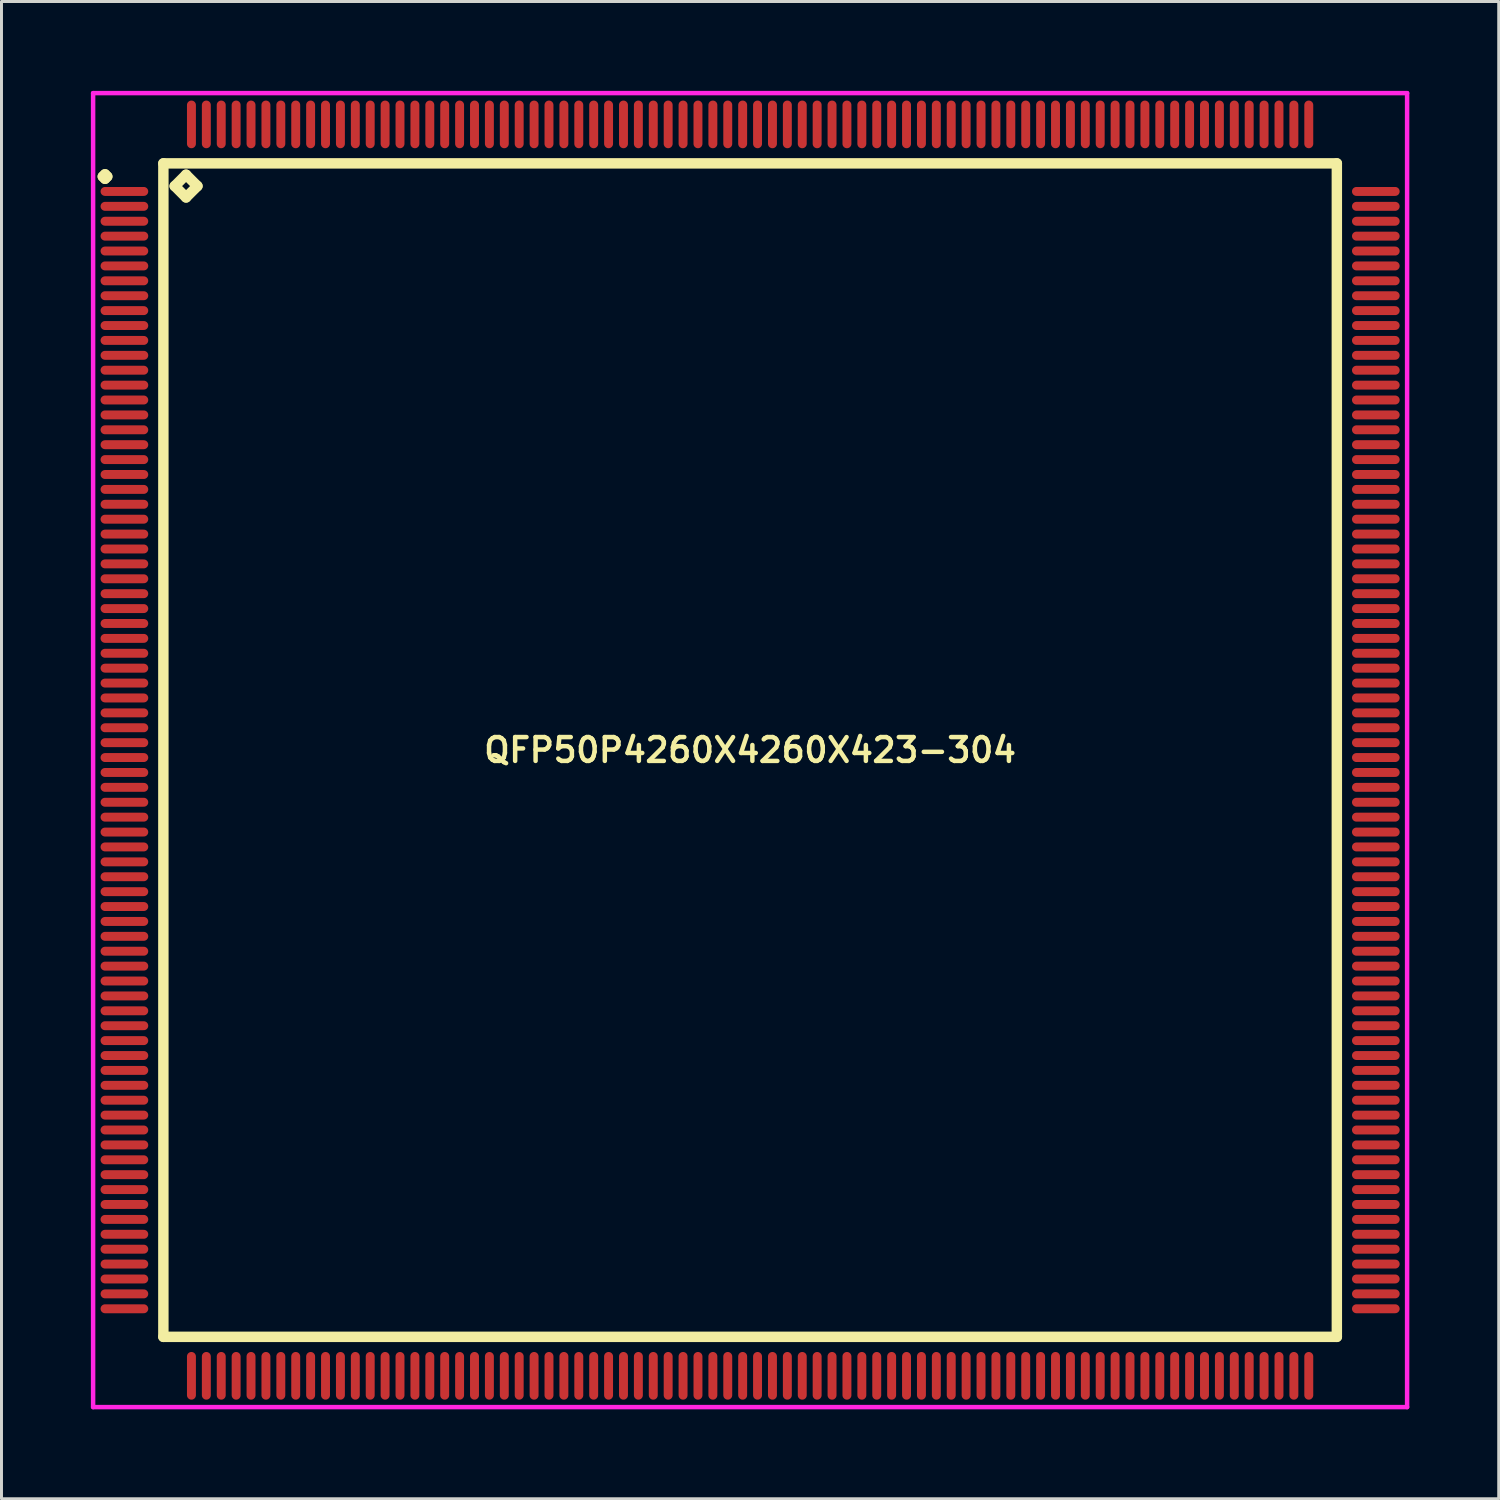
<source format=kicad_pcb>
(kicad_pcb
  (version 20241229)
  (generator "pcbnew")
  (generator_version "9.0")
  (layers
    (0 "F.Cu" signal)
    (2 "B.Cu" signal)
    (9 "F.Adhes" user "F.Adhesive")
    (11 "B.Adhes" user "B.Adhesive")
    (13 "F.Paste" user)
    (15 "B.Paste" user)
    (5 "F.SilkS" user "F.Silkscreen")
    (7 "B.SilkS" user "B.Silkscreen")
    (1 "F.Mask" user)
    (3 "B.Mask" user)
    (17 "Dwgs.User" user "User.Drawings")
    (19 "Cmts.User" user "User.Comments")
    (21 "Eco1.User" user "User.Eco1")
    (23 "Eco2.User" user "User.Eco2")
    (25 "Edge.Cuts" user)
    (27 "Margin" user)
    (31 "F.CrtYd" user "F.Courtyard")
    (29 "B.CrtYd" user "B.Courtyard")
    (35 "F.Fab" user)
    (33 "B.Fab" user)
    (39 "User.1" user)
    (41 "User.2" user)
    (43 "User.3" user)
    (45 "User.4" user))
  (footprint "QFP50P4260X4260X423-304"
    (layer "F.Cu")
    (at 22.125 22.125)
    (property "Reference" "QFP50P4260X4260X423-304" (at 0 0 0) (layer "F.SilkS") (effects (font (size 0.8 0.8) (thickness 0.15))))
    (attr through_hole)
    (fp_line (start -21.725 -19.25) (end -21.65 -19.325) (stroke (width 0.35) (type solid)) (layer "F.SilkS"))
    (fp_line (start -21.65 -19.325) (end -21.575 -19.25) (stroke (width 0.35) (type solid)) (layer "F.SilkS"))
    (fp_line (start -21.65 -19.175) (end -21.725 -19.25) (stroke (width 0.35) (type solid)) (layer "F.SilkS"))
    (fp_line (start -21.575 -19.25) (end -21.65 -19.175) (stroke (width 0.35) (type solid)) (layer "F.SilkS"))
    (fp_line (start -19.692 -19.692) (end -19.692 19.692) (stroke (width 0.35) (type solid)) (layer "F.SilkS"))
    (fp_line (start -19.692 19.692) (end 19.692 19.692) (stroke (width 0.35) (type solid)) (layer "F.SilkS"))
    (fp_line (start -19.311 -18.93) (end -18.93 -19.311) (stroke (width 0.35) (type solid)) (layer "F.SilkS"))
    (fp_line (start -18.93 -19.311) (end -18.549 -18.93) (stroke (width 0.35) (type solid)) (layer "F.SilkS"))
    (fp_line (start -18.93 -18.549) (end -19.311 -18.93) (stroke (width 0.35) (type solid)) (layer "F.SilkS"))
    (fp_line (start -18.549 -18.93) (end -18.93 -18.549) (stroke (width 0.35) (type solid)) (layer "F.SilkS"))
    (fp_line (start 19.692 -19.692) (end -19.692 -19.692) (stroke (width 0.35) (type solid)) (layer "F.SilkS"))
    (fp_line (start 19.692 19.692) (end 19.692 -19.692) (stroke (width 0.35) (type solid)) (layer "F.SilkS"))
    (fp_line (start -22.05 -22.05) (end 22.05 -22.05) (stroke (width 0.15) (type solid)) (layer "F.CrtYd"))
    (fp_line (start -22.05 22.05) (end -22.05 -22.05) (stroke (width 0.15) (type solid)) (layer "F.CrtYd"))
    (fp_line (start 22.05 -22.05) (end 22.05 22.05) (stroke (width 0.15) (type solid)) (layer "F.CrtYd"))
    (fp_line (start 22.05 22.05) (end -22.05 22.05) (stroke (width 0.15) (type solid)) (layer "F.CrtYd"))
    (pad "1" smd oval (at -21 -18.75) (size 1.6 0.3) (layers "F.Cu" "F.Mask" "F.Paste"))
    (pad "2" smd oval (at -21 -18.25) (size 1.6 0.3) (layers "F.Cu" "F.Mask" "F.Paste"))
    (pad "3" smd oval (at -21 -17.75) (size 1.6 0.3) (layers "F.Cu" "F.Mask" "F.Paste"))
    (pad "4" smd oval (at -21 -17.25) (size 1.6 0.3) (layers "F.Cu" "F.Mask" "F.Paste"))
    (pad "5" smd oval (at -21 -16.75) (size 1.6 0.3) (layers "F.Cu" "F.Mask" "F.Paste"))
    (pad "6" smd oval (at -21 -16.25) (size 1.6 0.3) (layers "F.Cu" "F.Mask" "F.Paste"))
    (pad "7" smd oval (at -21 -15.75) (size 1.6 0.3) (layers "F.Cu" "F.Mask" "F.Paste"))
    (pad "8" smd oval (at -21 -15.25) (size 1.6 0.3) (layers "F.Cu" "F.Mask" "F.Paste"))
    (pad "9" smd oval (at -21 -14.75) (size 1.6 0.3) (layers "F.Cu" "F.Mask" "F.Paste"))
    (pad "10" smd oval (at -21 -14.25) (size 1.6 0.3) (layers "F.Cu" "F.Mask" "F.Paste"))
    (pad "11" smd oval (at -21 -13.75) (size 1.6 0.3) (layers "F.Cu" "F.Mask" "F.Paste"))
    (pad "12" smd oval (at -21 -13.25) (size 1.6 0.3) (layers "F.Cu" "F.Mask" "F.Paste"))
    (pad "13" smd oval (at -21 -12.75) (size 1.6 0.3) (layers "F.Cu" "F.Mask" "F.Paste"))
    (pad "14" smd oval (at -21 -12.25) (size 1.6 0.3) (layers "F.Cu" "F.Mask" "F.Paste"))
    (pad "15" smd oval (at -21 -11.75) (size 1.6 0.3) (layers "F.Cu" "F.Mask" "F.Paste"))
    (pad "16" smd oval (at -21 -11.25) (size 1.6 0.3) (layers "F.Cu" "F.Mask" "F.Paste"))
    (pad "17" smd oval (at -21 -10.75) (size 1.6 0.3) (layers "F.Cu" "F.Mask" "F.Paste"))
    (pad "18" smd oval (at -21 -10.25) (size 1.6 0.3) (layers "F.Cu" "F.Mask" "F.Paste"))
    (pad "19" smd oval (at -21 -9.75) (size 1.6 0.3) (layers "F.Cu" "F.Mask" "F.Paste"))
    (pad "20" smd oval (at -21 -9.25) (size 1.6 0.3) (layers "F.Cu" "F.Mask" "F.Paste"))
    (pad "21" smd oval (at -21 -8.75) (size 1.6 0.3) (layers "F.Cu" "F.Mask" "F.Paste"))
    (pad "22" smd oval (at -21 -8.25) (size 1.6 0.3) (layers "F.Cu" "F.Mask" "F.Paste"))
    (pad "23" smd oval (at -21 -7.75) (size 1.6 0.3) (layers "F.Cu" "F.Mask" "F.Paste"))
    (pad "24" smd oval (at -21 -7.25) (size 1.6 0.3) (layers "F.Cu" "F.Mask" "F.Paste"))
    (pad "25" smd oval (at -21 -6.75) (size 1.6 0.3) (layers "F.Cu" "F.Mask" "F.Paste"))
    (pad "26" smd oval (at -21 -6.25) (size 1.6 0.3) (layers "F.Cu" "F.Mask" "F.Paste"))
    (pad "27" smd oval (at -21 -5.75) (size 1.6 0.3) (layers "F.Cu" "F.Mask" "F.Paste"))
    (pad "28" smd oval (at -21 -5.25) (size 1.6 0.3) (layers "F.Cu" "F.Mask" "F.Paste"))
    (pad "29" smd oval (at -21 -4.75) (size 1.6 0.3) (layers "F.Cu" "F.Mask" "F.Paste"))
    (pad "30" smd oval (at -21 -4.25) (size 1.6 0.3) (layers "F.Cu" "F.Mask" "F.Paste"))
    (pad "31" smd oval (at -21 -3.75) (size 1.6 0.3) (layers "F.Cu" "F.Mask" "F.Paste"))
    (pad "32" smd oval (at -21 -3.25) (size 1.6 0.3) (layers "F.Cu" "F.Mask" "F.Paste"))
    (pad "33" smd oval (at -21 -2.75) (size 1.6 0.3) (layers "F.Cu" "F.Mask" "F.Paste"))
    (pad "34" smd oval (at -21 -2.25) (size 1.6 0.3) (layers "F.Cu" "F.Mask" "F.Paste"))
    (pad "35" smd oval (at -21 -1.75) (size 1.6 0.3) (layers "F.Cu" "F.Mask" "F.Paste"))
    (pad "36" smd oval (at -21 -1.25) (size 1.6 0.3) (layers "F.Cu" "F.Mask" "F.Paste"))
    (pad "37" smd oval (at -21 -0.75) (size 1.6 0.3) (layers "F.Cu" "F.Mask" "F.Paste"))
    (pad "38" smd oval (at -21 -0.25) (size 1.6 0.3) (layers "F.Cu" "F.Mask" "F.Paste"))
    (pad "39" smd oval (at -21 0.25) (size 1.6 0.3) (layers "F.Cu" "F.Mask" "F.Paste"))
    (pad "40" smd oval (at -21 0.75) (size 1.6 0.3) (layers "F.Cu" "F.Mask" "F.Paste"))
    (pad "41" smd oval (at -21 1.25) (size 1.6 0.3) (layers "F.Cu" "F.Mask" "F.Paste"))
    (pad "42" smd oval (at -21 1.75) (size 1.6 0.3) (layers "F.Cu" "F.Mask" "F.Paste"))
    (pad "43" smd oval (at -21 2.25) (size 1.6 0.3) (layers "F.Cu" "F.Mask" "F.Paste"))
    (pad "44" smd oval (at -21 2.75) (size 1.6 0.3) (layers "F.Cu" "F.Mask" "F.Paste"))
    (pad "45" smd oval (at -21 3.25) (size 1.6 0.3) (layers "F.Cu" "F.Mask" "F.Paste"))
    (pad "46" smd oval (at -21 3.75) (size 1.6 0.3) (layers "F.Cu" "F.Mask" "F.Paste"))
    (pad "47" smd oval (at -21 4.25) (size 1.6 0.3) (layers "F.Cu" "F.Mask" "F.Paste"))
    (pad "48" smd oval (at -21 4.75) (size 1.6 0.3) (layers "F.Cu" "F.Mask" "F.Paste"))
    (pad "49" smd oval (at -21 5.25) (size 1.6 0.3) (layers "F.Cu" "F.Mask" "F.Paste"))
    (pad "50" smd oval (at -21 5.75) (size 1.6 0.3) (layers "F.Cu" "F.Mask" "F.Paste"))
    (pad "51" smd oval (at -21 6.25) (size 1.6 0.3) (layers "F.Cu" "F.Mask" "F.Paste"))
    (pad "52" smd oval (at -21 6.75) (size 1.6 0.3) (layers "F.Cu" "F.Mask" "F.Paste"))
    (pad "53" smd oval (at -21 7.25) (size 1.6 0.3) (layers "F.Cu" "F.Mask" "F.Paste"))
    (pad "54" smd oval (at -21 7.75) (size 1.6 0.3) (layers "F.Cu" "F.Mask" "F.Paste"))
    (pad "55" smd oval (at -21 8.25) (size 1.6 0.3) (layers "F.Cu" "F.Mask" "F.Paste"))
    (pad "56" smd oval (at -21 8.75) (size 1.6 0.3) (layers "F.Cu" "F.Mask" "F.Paste"))
    (pad "57" smd oval (at -21 9.25) (size 1.6 0.3) (layers "F.Cu" "F.Mask" "F.Paste"))
    (pad "58" smd oval (at -21 9.75) (size 1.6 0.3) (layers "F.Cu" "F.Mask" "F.Paste"))
    (pad "59" smd oval (at -21 10.25) (size 1.6 0.3) (layers "F.Cu" "F.Mask" "F.Paste"))
    (pad "60" smd oval (at -21 10.75) (size 1.6 0.3) (layers "F.Cu" "F.Mask" "F.Paste"))
    (pad "61" smd oval (at -21 11.25) (size 1.6 0.3) (layers "F.Cu" "F.Mask" "F.Paste"))
    (pad "62" smd oval (at -21 11.75) (size 1.6 0.3) (layers "F.Cu" "F.Mask" "F.Paste"))
    (pad "63" smd oval (at -21 12.25) (size 1.6 0.3) (layers "F.Cu" "F.Mask" "F.Paste"))
    (pad "64" smd oval (at -21 12.75) (size 1.6 0.3) (layers "F.Cu" "F.Mask" "F.Paste"))
    (pad "65" smd oval (at -21 13.25) (size 1.6 0.3) (layers "F.Cu" "F.Mask" "F.Paste"))
    (pad "66" smd oval (at -21 13.75) (size 1.6 0.3) (layers "F.Cu" "F.Mask" "F.Paste"))
    (pad "67" smd oval (at -21 14.25) (size 1.6 0.3) (layers "F.Cu" "F.Mask" "F.Paste"))
    (pad "68" smd oval (at -21 14.75) (size 1.6 0.3) (layers "F.Cu" "F.Mask" "F.Paste"))
    (pad "69" smd oval (at -21 15.25) (size 1.6 0.3) (layers "F.Cu" "F.Mask" "F.Paste"))
    (pad "70" smd oval (at -21 15.75) (size 1.6 0.3) (layers "F.Cu" "F.Mask" "F.Paste"))
    (pad "71" smd oval (at -21 16.25) (size 1.6 0.3) (layers "F.Cu" "F.Mask" "F.Paste"))
    (pad "72" smd oval (at -21 16.75) (size 1.6 0.3) (layers "F.Cu" "F.Mask" "F.Paste"))
    (pad "73" smd oval (at -21 17.25) (size 1.6 0.3) (layers "F.Cu" "F.Mask" "F.Paste"))
    (pad "74" smd oval (at -21 17.75) (size 1.6 0.3) (layers "F.Cu" "F.Mask" "F.Paste"))
    (pad "75" smd oval (at -21 18.25) (size 1.6 0.3) (layers "F.Cu" "F.Mask" "F.Paste"))
    (pad "76" smd oval (at -21 18.75) (size 1.6 0.3) (layers "F.Cu" "F.Mask" "F.Paste"))
    (pad "77" smd oval (at -18.75 21) (size 0.3 1.6) (layers "F.Cu" "F.Mask" "F.Paste"))
    (pad "78" smd oval (at -18.25 21) (size 0.3 1.6) (layers "F.Cu" "F.Mask" "F.Paste"))
    (pad "79" smd oval (at -17.75 21) (size 0.3 1.6) (layers "F.Cu" "F.Mask" "F.Paste"))
    (pad "80" smd oval (at -17.25 21) (size 0.3 1.6) (layers "F.Cu" "F.Mask" "F.Paste"))
    (pad "81" smd oval (at -16.75 21) (size 0.3 1.6) (layers "F.Cu" "F.Mask" "F.Paste"))
    (pad "82" smd oval (at -16.25 21) (size 0.3 1.6) (layers "F.Cu" "F.Mask" "F.Paste"))
    (pad "83" smd oval (at -15.75 21) (size 0.3 1.6) (layers "F.Cu" "F.Mask" "F.Paste"))
    (pad "84" smd oval (at -15.25 21) (size 0.3 1.6) (layers "F.Cu" "F.Mask" "F.Paste"))
    (pad "85" smd oval (at -14.75 21) (size 0.3 1.6) (layers "F.Cu" "F.Mask" "F.Paste"))
    (pad "86" smd oval (at -14.25 21) (size 0.3 1.6) (layers "F.Cu" "F.Mask" "F.Paste"))
    (pad "87" smd oval (at -13.75 21) (size 0.3 1.6) (layers "F.Cu" "F.Mask" "F.Paste"))
    (pad "88" smd oval (at -13.25 21) (size 0.3 1.6) (layers "F.Cu" "F.Mask" "F.Paste"))
    (pad "89" smd oval (at -12.75 21) (size 0.3 1.6) (layers "F.Cu" "F.Mask" "F.Paste"))
    (pad "90" smd oval (at -12.25 21) (size 0.3 1.6) (layers "F.Cu" "F.Mask" "F.Paste"))
    (pad "91" smd oval (at -11.75 21) (size 0.3 1.6) (layers "F.Cu" "F.Mask" "F.Paste"))
    (pad "92" smd oval (at -11.25 21) (size 0.3 1.6) (layers "F.Cu" "F.Mask" "F.Paste"))
    (pad "93" smd oval (at -10.75 21) (size 0.3 1.6) (layers "F.Cu" "F.Mask" "F.Paste"))
    (pad "94" smd oval (at -10.25 21) (size 0.3 1.6) (layers "F.Cu" "F.Mask" "F.Paste"))
    (pad "95" smd oval (at -9.75 21) (size 0.3 1.6) (layers "F.Cu" "F.Mask" "F.Paste"))
    (pad "96" smd oval (at -9.25 21) (size 0.3 1.6) (layers "F.Cu" "F.Mask" "F.Paste"))
    (pad "97" smd oval (at -8.75 21) (size 0.3 1.6) (layers "F.Cu" "F.Mask" "F.Paste"))
    (pad "98" smd oval (at -8.25 21) (size 0.3 1.6) (layers "F.Cu" "F.Mask" "F.Paste"))
    (pad "99" smd oval (at -7.75 21) (size 0.3 1.6) (layers "F.Cu" "F.Mask" "F.Paste"))
    (pad "100" smd oval (at -7.25 21) (size 0.3 1.6) (layers "F.Cu" "F.Mask" "F.Paste"))
    (pad "101" smd oval (at -6.75 21) (size 0.3 1.6) (layers "F.Cu" "F.Mask" "F.Paste"))
    (pad "102" smd oval (at -6.25 21) (size 0.3 1.6) (layers "F.Cu" "F.Mask" "F.Paste"))
    (pad "103" smd oval (at -5.75 21) (size 0.3 1.6) (layers "F.Cu" "F.Mask" "F.Paste"))
    (pad "104" smd oval (at -5.25 21) (size 0.3 1.6) (layers "F.Cu" "F.Mask" "F.Paste"))
    (pad "105" smd oval (at -4.75 21) (size 0.3 1.6) (layers "F.Cu" "F.Mask" "F.Paste"))
    (pad "106" smd oval (at -4.25 21) (size 0.3 1.6) (layers "F.Cu" "F.Mask" "F.Paste"))
    (pad "107" smd oval (at -3.75 21) (size 0.3 1.6) (layers "F.Cu" "F.Mask" "F.Paste"))
    (pad "108" smd oval (at -3.25 21) (size 0.3 1.6) (layers "F.Cu" "F.Mask" "F.Paste"))
    (pad "109" smd oval (at -2.75 21) (size 0.3 1.6) (layers "F.Cu" "F.Mask" "F.Paste"))
    (pad "110" smd oval (at -2.25 21) (size 0.3 1.6) (layers "F.Cu" "F.Mask" "F.Paste"))
    (pad "111" smd oval (at -1.75 21) (size 0.3 1.6) (layers "F.Cu" "F.Mask" "F.Paste"))
    (pad "112" smd oval (at -1.25 21) (size 0.3 1.6) (layers "F.Cu" "F.Mask" "F.Paste"))
    (pad "113" smd oval (at -0.75 21) (size 0.3 1.6) (layers "F.Cu" "F.Mask" "F.Paste"))
    (pad "114" smd oval (at -0.25 21) (size 0.3 1.6) (layers "F.Cu" "F.Mask" "F.Paste"))
    (pad "115" smd oval (at 0.25 21) (size 0.3 1.6) (layers "F.Cu" "F.Mask" "F.Paste"))
    (pad "116" smd oval (at 0.75 21) (size 0.3 1.6) (layers "F.Cu" "F.Mask" "F.Paste"))
    (pad "117" smd oval (at 1.25 21) (size 0.3 1.6) (layers "F.Cu" "F.Mask" "F.Paste"))
    (pad "118" smd oval (at 1.75 21) (size 0.3 1.6) (layers "F.Cu" "F.Mask" "F.Paste"))
    (pad "119" smd oval (at 2.25 21) (size 0.3 1.6) (layers "F.Cu" "F.Mask" "F.Paste"))
    (pad "120" smd oval (at 2.75 21) (size 0.3 1.6) (layers "F.Cu" "F.Mask" "F.Paste"))
    (pad "121" smd oval (at 3.25 21) (size 0.3 1.6) (layers "F.Cu" "F.Mask" "F.Paste"))
    (pad "122" smd oval (at 3.75 21) (size 0.3 1.6) (layers "F.Cu" "F.Mask" "F.Paste"))
    (pad "123" smd oval (at 4.25 21) (size 0.3 1.6) (layers "F.Cu" "F.Mask" "F.Paste"))
    (pad "124" smd oval (at 4.75 21) (size 0.3 1.6) (layers "F.Cu" "F.Mask" "F.Paste"))
    (pad "125" smd oval (at 5.25 21) (size 0.3 1.6) (layers "F.Cu" "F.Mask" "F.Paste"))
    (pad "126" smd oval (at 5.75 21) (size 0.3 1.6) (layers "F.Cu" "F.Mask" "F.Paste"))
    (pad "127" smd oval (at 6.25 21) (size 0.3 1.6) (layers "F.Cu" "F.Mask" "F.Paste"))
    (pad "128" smd oval (at 6.75 21) (size 0.3 1.6) (layers "F.Cu" "F.Mask" "F.Paste"))
    (pad "129" smd oval (at 7.25 21) (size 0.3 1.6) (layers "F.Cu" "F.Mask" "F.Paste"))
    (pad "130" smd oval (at 7.75 21) (size 0.3 1.6) (layers "F.Cu" "F.Mask" "F.Paste"))
    (pad "131" smd oval (at 8.25 21) (size 0.3 1.6) (layers "F.Cu" "F.Mask" "F.Paste"))
    (pad "132" smd oval (at 8.75 21) (size 0.3 1.6) (layers "F.Cu" "F.Mask" "F.Paste"))
    (pad "133" smd oval (at 9.25 21) (size 0.3 1.6) (layers "F.Cu" "F.Mask" "F.Paste"))
    (pad "134" smd oval (at 9.75 21) (size 0.3 1.6) (layers "F.Cu" "F.Mask" "F.Paste"))
    (pad "135" smd oval (at 10.25 21) (size 0.3 1.6) (layers "F.Cu" "F.Mask" "F.Paste"))
    (pad "136" smd oval (at 10.75 21) (size 0.3 1.6) (layers "F.Cu" "F.Mask" "F.Paste"))
    (pad "137" smd oval (at 11.25 21) (size 0.3 1.6) (layers "F.Cu" "F.Mask" "F.Paste"))
    (pad "138" smd oval (at 11.75 21) (size 0.3 1.6) (layers "F.Cu" "F.Mask" "F.Paste"))
    (pad "139" smd oval (at 12.25 21) (size 0.3 1.6) (layers "F.Cu" "F.Mask" "F.Paste"))
    (pad "140" smd oval (at 12.75 21) (size 0.3 1.6) (layers "F.Cu" "F.Mask" "F.Paste"))
    (pad "141" smd oval (at 13.25 21) (size 0.3 1.6) (layers "F.Cu" "F.Mask" "F.Paste"))
    (pad "142" smd oval (at 13.75 21) (size 0.3 1.6) (layers "F.Cu" "F.Mask" "F.Paste"))
    (pad "143" smd oval (at 14.25 21) (size 0.3 1.6) (layers "F.Cu" "F.Mask" "F.Paste"))
    (pad "144" smd oval (at 14.75 21) (size 0.3 1.6) (layers "F.Cu" "F.Mask" "F.Paste"))
    (pad "145" smd oval (at 15.25 21) (size 0.3 1.6) (layers "F.Cu" "F.Mask" "F.Paste"))
    (pad "146" smd oval (at 15.75 21) (size 0.3 1.6) (layers "F.Cu" "F.Mask" "F.Paste"))
    (pad "147" smd oval (at 16.25 21) (size 0.3 1.6) (layers "F.Cu" "F.Mask" "F.Paste"))
    (pad "148" smd oval (at 16.75 21) (size 0.3 1.6) (layers "F.Cu" "F.Mask" "F.Paste"))
    (pad "149" smd oval (at 17.25 21) (size 0.3 1.6) (layers "F.Cu" "F.Mask" "F.Paste"))
    (pad "150" smd oval (at 17.75 21) (size 0.3 1.6) (layers "F.Cu" "F.Mask" "F.Paste"))
    (pad "151" smd oval (at 18.25 21) (size 0.3 1.6) (layers "F.Cu" "F.Mask" "F.Paste"))
    (pad "152" smd oval (at 18.75 21) (size 0.3 1.6) (layers "F.Cu" "F.Mask" "F.Paste"))
    (pad "153" smd oval (at 21 18.75) (size 1.6 0.3) (layers "F.Cu" "F.Mask" "F.Paste"))
    (pad "154" smd oval (at 21 18.25) (size 1.6 0.3) (layers "F.Cu" "F.Mask" "F.Paste"))
    (pad "155" smd oval (at 21 17.75) (size 1.6 0.3) (layers "F.Cu" "F.Mask" "F.Paste"))
    (pad "156" smd oval (at 21 17.25) (size 1.6 0.3) (layers "F.Cu" "F.Mask" "F.Paste"))
    (pad "157" smd oval (at 21 16.75) (size 1.6 0.3) (layers "F.Cu" "F.Mask" "F.Paste"))
    (pad "158" smd oval (at 21 16.25) (size 1.6 0.3) (layers "F.Cu" "F.Mask" "F.Paste"))
    (pad "159" smd oval (at 21 15.75) (size 1.6 0.3) (layers "F.Cu" "F.Mask" "F.Paste"))
    (pad "160" smd oval (at 21 15.25) (size 1.6 0.3) (layers "F.Cu" "F.Mask" "F.Paste"))
    (pad "161" smd oval (at 21 14.75) (size 1.6 0.3) (layers "F.Cu" "F.Mask" "F.Paste"))
    (pad "162" smd oval (at 21 14.25) (size 1.6 0.3) (layers "F.Cu" "F.Mask" "F.Paste"))
    (pad "163" smd oval (at 21 13.75) (size 1.6 0.3) (layers "F.Cu" "F.Mask" "F.Paste"))
    (pad "164" smd oval (at 21 13.25) (size 1.6 0.3) (layers "F.Cu" "F.Mask" "F.Paste"))
    (pad "165" smd oval (at 21 12.75) (size 1.6 0.3) (layers "F.Cu" "F.Mask" "F.Paste"))
    (pad "166" smd oval (at 21 12.25) (size 1.6 0.3) (layers "F.Cu" "F.Mask" "F.Paste"))
    (pad "167" smd oval (at 21 11.75) (size 1.6 0.3) (layers "F.Cu" "F.Mask" "F.Paste"))
    (pad "168" smd oval (at 21 11.25) (size 1.6 0.3) (layers "F.Cu" "F.Mask" "F.Paste"))
    (pad "169" smd oval (at 21 10.75) (size 1.6 0.3) (layers "F.Cu" "F.Mask" "F.Paste"))
    (pad "170" smd oval (at 21 10.25) (size 1.6 0.3) (layers "F.Cu" "F.Mask" "F.Paste"))
    (pad "171" smd oval (at 21 9.75) (size 1.6 0.3) (layers "F.Cu" "F.Mask" "F.Paste"))
    (pad "172" smd oval (at 21 9.25) (size 1.6 0.3) (layers "F.Cu" "F.Mask" "F.Paste"))
    (pad "173" smd oval (at 21 8.75) (size 1.6 0.3) (layers "F.Cu" "F.Mask" "F.Paste"))
    (pad "174" smd oval (at 21 8.25) (size 1.6 0.3) (layers "F.Cu" "F.Mask" "F.Paste"))
    (pad "175" smd oval (at 21 7.75) (size 1.6 0.3) (layers "F.Cu" "F.Mask" "F.Paste"))
    (pad "176" smd oval (at 21 7.25) (size 1.6 0.3) (layers "F.Cu" "F.Mask" "F.Paste"))
    (pad "177" smd oval (at 21 6.75) (size 1.6 0.3) (layers "F.Cu" "F.Mask" "F.Paste"))
    (pad "178" smd oval (at 21 6.25) (size 1.6 0.3) (layers "F.Cu" "F.Mask" "F.Paste"))
    (pad "179" smd oval (at 21 5.75) (size 1.6 0.3) (layers "F.Cu" "F.Mask" "F.Paste"))
    (pad "180" smd oval (at 21 5.25) (size 1.6 0.3) (layers "F.Cu" "F.Mask" "F.Paste"))
    (pad "181" smd oval (at 21 4.75) (size 1.6 0.3) (layers "F.Cu" "F.Mask" "F.Paste"))
    (pad "182" smd oval (at 21 4.25) (size 1.6 0.3) (layers "F.Cu" "F.Mask" "F.Paste"))
    (pad "183" smd oval (at 21 3.75) (size 1.6 0.3) (layers "F.Cu" "F.Mask" "F.Paste"))
    (pad "184" smd oval (at 21 3.25) (size 1.6 0.3) (layers "F.Cu" "F.Mask" "F.Paste"))
    (pad "185" smd oval (at 21 2.75) (size 1.6 0.3) (layers "F.Cu" "F.Mask" "F.Paste"))
    (pad "186" smd oval (at 21 2.25) (size 1.6 0.3) (layers "F.Cu" "F.Mask" "F.Paste"))
    (pad "187" smd oval (at 21 1.75) (size 1.6 0.3) (layers "F.Cu" "F.Mask" "F.Paste"))
    (pad "188" smd oval (at 21 1.25) (size 1.6 0.3) (layers "F.Cu" "F.Mask" "F.Paste"))
    (pad "189" smd oval (at 21 0.75) (size 1.6 0.3) (layers "F.Cu" "F.Mask" "F.Paste"))
    (pad "190" smd oval (at 21 0.25) (size 1.6 0.3) (layers "F.Cu" "F.Mask" "F.Paste"))
    (pad "191" smd oval (at 21 -0.25) (size 1.6 0.3) (layers "F.Cu" "F.Mask" "F.Paste"))
    (pad "192" smd oval (at 21 -0.75) (size 1.6 0.3) (layers "F.Cu" "F.Mask" "F.Paste"))
    (pad "193" smd oval (at 21 -1.25) (size 1.6 0.3) (layers "F.Cu" "F.Mask" "F.Paste"))
    (pad "194" smd oval (at 21 -1.75) (size 1.6 0.3) (layers "F.Cu" "F.Mask" "F.Paste"))
    (pad "195" smd oval (at 21 -2.25) (size 1.6 0.3) (layers "F.Cu" "F.Mask" "F.Paste"))
    (pad "196" smd oval (at 21 -2.75) (size 1.6 0.3) (layers "F.Cu" "F.Mask" "F.Paste"))
    (pad "197" smd oval (at 21 -3.25) (size 1.6 0.3) (layers "F.Cu" "F.Mask" "F.Paste"))
    (pad "198" smd oval (at 21 -3.75) (size 1.6 0.3) (layers "F.Cu" "F.Mask" "F.Paste"))
    (pad "199" smd oval (at 21 -4.25) (size 1.6 0.3) (layers "F.Cu" "F.Mask" "F.Paste"))
    (pad "200" smd oval (at 21 -4.75) (size 1.6 0.3) (layers "F.Cu" "F.Mask" "F.Paste"))
    (pad "201" smd oval (at 21 -5.25) (size 1.6 0.3) (layers "F.Cu" "F.Mask" "F.Paste"))
    (pad "202" smd oval (at 21 -5.75) (size 1.6 0.3) (layers "F.Cu" "F.Mask" "F.Paste"))
    (pad "203" smd oval (at 21 -6.25) (size 1.6 0.3) (layers "F.Cu" "F.Mask" "F.Paste"))
    (pad "204" smd oval (at 21 -6.75) (size 1.6 0.3) (layers "F.Cu" "F.Mask" "F.Paste"))
    (pad "205" smd oval (at 21 -7.25) (size 1.6 0.3) (layers "F.Cu" "F.Mask" "F.Paste"))
    (pad "206" smd oval (at 21 -7.75) (size 1.6 0.3) (layers "F.Cu" "F.Mask" "F.Paste"))
    (pad "207" smd oval (at 21 -8.25) (size 1.6 0.3) (layers "F.Cu" "F.Mask" "F.Paste"))
    (pad "208" smd oval (at 21 -8.75) (size 1.6 0.3) (layers "F.Cu" "F.Mask" "F.Paste"))
    (pad "209" smd oval (at 21 -9.25) (size 1.6 0.3) (layers "F.Cu" "F.Mask" "F.Paste"))
    (pad "210" smd oval (at 21 -9.75) (size 1.6 0.3) (layers "F.Cu" "F.Mask" "F.Paste"))
    (pad "211" smd oval (at 21 -10.25) (size 1.6 0.3) (layers "F.Cu" "F.Mask" "F.Paste"))
    (pad "212" smd oval (at 21 -10.75) (size 1.6 0.3) (layers "F.Cu" "F.Mask" "F.Paste"))
    (pad "213" smd oval (at 21 -11.25) (size 1.6 0.3) (layers "F.Cu" "F.Mask" "F.Paste"))
    (pad "214" smd oval (at 21 -11.75) (size 1.6 0.3) (layers "F.Cu" "F.Mask" "F.Paste"))
    (pad "215" smd oval (at 21 -12.25) (size 1.6 0.3) (layers "F.Cu" "F.Mask" "F.Paste"))
    (pad "216" smd oval (at 21 -12.75) (size 1.6 0.3) (layers "F.Cu" "F.Mask" "F.Paste"))
    (pad "217" smd oval (at 21 -13.25) (size 1.6 0.3) (layers "F.Cu" "F.Mask" "F.Paste"))
    (pad "218" smd oval (at 21 -13.75) (size 1.6 0.3) (layers "F.Cu" "F.Mask" "F.Paste"))
    (pad "219" smd oval (at 21 -14.25) (size 1.6 0.3) (layers "F.Cu" "F.Mask" "F.Paste"))
    (pad "220" smd oval (at 21 -14.75) (size 1.6 0.3) (layers "F.Cu" "F.Mask" "F.Paste"))
    (pad "221" smd oval (at 21 -15.25) (size 1.6 0.3) (layers "F.Cu" "F.Mask" "F.Paste"))
    (pad "222" smd oval (at 21 -15.75) (size 1.6 0.3) (layers "F.Cu" "F.Mask" "F.Paste"))
    (pad "223" smd oval (at 21 -16.25) (size 1.6 0.3) (layers "F.Cu" "F.Mask" "F.Paste"))
    (pad "224" smd oval (at 21 -16.75) (size 1.6 0.3) (layers "F.Cu" "F.Mask" "F.Paste"))
    (pad "225" smd oval (at 21 -17.25) (size 1.6 0.3) (layers "F.Cu" "F.Mask" "F.Paste"))
    (pad "226" smd oval (at 21 -17.75) (size 1.6 0.3) (layers "F.Cu" "F.Mask" "F.Paste"))
    (pad "227" smd oval (at 21 -18.25) (size 1.6 0.3) (layers "F.Cu" "F.Mask" "F.Paste"))
    (pad "228" smd oval (at 21 -18.75) (size 1.6 0.3) (layers "F.Cu" "F.Mask" "F.Paste"))
    (pad "229" smd oval (at 18.75 -21) (size 0.3 1.6) (layers "F.Cu" "F.Mask" "F.Paste"))
    (pad "230" smd oval (at 18.25 -21) (size 0.3 1.6) (layers "F.Cu" "F.Mask" "F.Paste"))
    (pad "231" smd oval (at 17.75 -21) (size 0.3 1.6) (layers "F.Cu" "F.Mask" "F.Paste"))
    (pad "232" smd oval (at 17.25 -21) (size 0.3 1.6) (layers "F.Cu" "F.Mask" "F.Paste"))
    (pad "233" smd oval (at 16.75 -21) (size 0.3 1.6) (layers "F.Cu" "F.Mask" "F.Paste"))
    (pad "234" smd oval (at 16.25 -21) (size 0.3 1.6) (layers "F.Cu" "F.Mask" "F.Paste"))
    (pad "235" smd oval (at 15.75 -21) (size 0.3 1.6) (layers "F.Cu" "F.Mask" "F.Paste"))
    (pad "236" smd oval (at 15.25 -21) (size 0.3 1.6) (layers "F.Cu" "F.Mask" "F.Paste"))
    (pad "237" smd oval (at 14.75 -21) (size 0.3 1.6) (layers "F.Cu" "F.Mask" "F.Paste"))
    (pad "238" smd oval (at 14.25 -21) (size 0.3 1.6) (layers "F.Cu" "F.Mask" "F.Paste"))
    (pad "239" smd oval (at 13.75 -21) (size 0.3 1.6) (layers "F.Cu" "F.Mask" "F.Paste"))
    (pad "240" smd oval (at 13.25 -21) (size 0.3 1.6) (layers "F.Cu" "F.Mask" "F.Paste"))
    (pad "241" smd oval (at 12.75 -21) (size 0.3 1.6) (layers "F.Cu" "F.Mask" "F.Paste"))
    (pad "242" smd oval (at 12.25 -21) (size 0.3 1.6) (layers "F.Cu" "F.Mask" "F.Paste"))
    (pad "243" smd oval (at 11.75 -21) (size 0.3 1.6) (layers "F.Cu" "F.Mask" "F.Paste"))
    (pad "244" smd oval (at 11.25 -21) (size 0.3 1.6) (layers "F.Cu" "F.Mask" "F.Paste"))
    (pad "245" smd oval (at 10.75 -21) (size 0.3 1.6) (layers "F.Cu" "F.Mask" "F.Paste"))
    (pad "246" smd oval (at 10.25 -21) (size 0.3 1.6) (layers "F.Cu" "F.Mask" "F.Paste"))
    (pad "247" smd oval (at 9.75 -21) (size 0.3 1.6) (layers "F.Cu" "F.Mask" "F.Paste"))
    (pad "248" smd oval (at 9.25 -21) (size 0.3 1.6) (layers "F.Cu" "F.Mask" "F.Paste"))
    (pad "249" smd oval (at 8.75 -21) (size 0.3 1.6) (layers "F.Cu" "F.Mask" "F.Paste"))
    (pad "250" smd oval (at 8.25 -21) (size 0.3 1.6) (layers "F.Cu" "F.Mask" "F.Paste"))
    (pad "251" smd oval (at 7.75 -21) (size 0.3 1.6) (layers "F.Cu" "F.Mask" "F.Paste"))
    (pad "252" smd oval (at 7.25 -21) (size 0.3 1.6) (layers "F.Cu" "F.Mask" "F.Paste"))
    (pad "253" smd oval (at 6.75 -21) (size 0.3 1.6) (layers "F.Cu" "F.Mask" "F.Paste"))
    (pad "254" smd oval (at 6.25 -21) (size 0.3 1.6) (layers "F.Cu" "F.Mask" "F.Paste"))
    (pad "255" smd oval (at 5.75 -21) (size 0.3 1.6) (layers "F.Cu" "F.Mask" "F.Paste"))
    (pad "256" smd oval (at 5.25 -21) (size 0.3 1.6) (layers "F.Cu" "F.Mask" "F.Paste"))
    (pad "257" smd oval (at 4.75 -21) (size 0.3 1.6) (layers "F.Cu" "F.Mask" "F.Paste"))
    (pad "258" smd oval (at 4.25 -21) (size 0.3 1.6) (layers "F.Cu" "F.Mask" "F.Paste"))
    (pad "259" smd oval (at 3.75 -21) (size 0.3 1.6) (layers "F.Cu" "F.Mask" "F.Paste"))
    (pad "260" smd oval (at 3.25 -21) (size 0.3 1.6) (layers "F.Cu" "F.Mask" "F.Paste"))
    (pad "261" smd oval (at 2.75 -21) (size 0.3 1.6) (layers "F.Cu" "F.Mask" "F.Paste"))
    (pad "262" smd oval (at 2.25 -21) (size 0.3 1.6) (layers "F.Cu" "F.Mask" "F.Paste"))
    (pad "263" smd oval (at 1.75 -21) (size 0.3 1.6) (layers "F.Cu" "F.Mask" "F.Paste"))
    (pad "264" smd oval (at 1.25 -21) (size 0.3 1.6) (layers "F.Cu" "F.Mask" "F.Paste"))
    (pad "265" smd oval (at 0.75 -21) (size 0.3 1.6) (layers "F.Cu" "F.Mask" "F.Paste"))
    (pad "266" smd oval (at 0.25 -21) (size 0.3 1.6) (layers "F.Cu" "F.Mask" "F.Paste"))
    (pad "267" smd oval (at -0.25 -21) (size 0.3 1.6) (layers "F.Cu" "F.Mask" "F.Paste"))
    (pad "268" smd oval (at -0.75 -21) (size 0.3 1.6) (layers "F.Cu" "F.Mask" "F.Paste"))
    (pad "269" smd oval (at -1.25 -21) (size 0.3 1.6) (layers "F.Cu" "F.Mask" "F.Paste"))
    (pad "270" smd oval (at -1.75 -21) (size 0.3 1.6) (layers "F.Cu" "F.Mask" "F.Paste"))
    (pad "271" smd oval (at -2.25 -21) (size 0.3 1.6) (layers "F.Cu" "F.Mask" "F.Paste"))
    (pad "272" smd oval (at -2.75 -21) (size 0.3 1.6) (layers "F.Cu" "F.Mask" "F.Paste"))
    (pad "273" smd oval (at -3.25 -21) (size 0.3 1.6) (layers "F.Cu" "F.Mask" "F.Paste"))
    (pad "274" smd oval (at -3.75 -21) (size 0.3 1.6) (layers "F.Cu" "F.Mask" "F.Paste"))
    (pad "275" smd oval (at -4.25 -21) (size 0.3 1.6) (layers "F.Cu" "F.Mask" "F.Paste"))
    (pad "276" smd oval (at -4.75 -21) (size 0.3 1.6) (layers "F.Cu" "F.Mask" "F.Paste"))
    (pad "277" smd oval (at -5.25 -21) (size 0.3 1.6) (layers "F.Cu" "F.Mask" "F.Paste"))
    (pad "278" smd oval (at -5.75 -21) (size 0.3 1.6) (layers "F.Cu" "F.Mask" "F.Paste"))
    (pad "279" smd oval (at -6.25 -21) (size 0.3 1.6) (layers "F.Cu" "F.Mask" "F.Paste"))
    (pad "280" smd oval (at -6.75 -21) (size 0.3 1.6) (layers "F.Cu" "F.Mask" "F.Paste"))
    (pad "281" smd oval (at -7.25 -21) (size 0.3 1.6) (layers "F.Cu" "F.Mask" "F.Paste"))
    (pad "282" smd oval (at -7.75 -21) (size 0.3 1.6) (layers "F.Cu" "F.Mask" "F.Paste"))
    (pad "283" smd oval (at -8.25 -21) (size 0.3 1.6) (layers "F.Cu" "F.Mask" "F.Paste"))
    (pad "284" smd oval (at -8.75 -21) (size 0.3 1.6) (layers "F.Cu" "F.Mask" "F.Paste"))
    (pad "285" smd oval (at -9.25 -21) (size 0.3 1.6) (layers "F.Cu" "F.Mask" "F.Paste"))
    (pad "286" smd oval (at -9.75 -21) (size 0.3 1.6) (layers "F.Cu" "F.Mask" "F.Paste"))
    (pad "287" smd oval (at -10.25 -21) (size 0.3 1.6) (layers "F.Cu" "F.Mask" "F.Paste"))
    (pad "288" smd oval (at -10.75 -21) (size 0.3 1.6) (layers "F.Cu" "F.Mask" "F.Paste"))
    (pad "289" smd oval (at -11.25 -21) (size 0.3 1.6) (layers "F.Cu" "F.Mask" "F.Paste"))
    (pad "290" smd oval (at -11.75 -21) (size 0.3 1.6) (layers "F.Cu" "F.Mask" "F.Paste"))
    (pad "291" smd oval (at -12.25 -21) (size 0.3 1.6) (layers "F.Cu" "F.Mask" "F.Paste"))
    (pad "292" smd oval (at -12.75 -21) (size 0.3 1.6) (layers "F.Cu" "F.Mask" "F.Paste"))
    (pad "293" smd oval (at -13.25 -21) (size 0.3 1.6) (layers "F.Cu" "F.Mask" "F.Paste"))
    (pad "294" smd oval (at -13.75 -21) (size 0.3 1.6) (layers "F.Cu" "F.Mask" "F.Paste"))
    (pad "295" smd oval (at -14.25 -21) (size 0.3 1.6) (layers "F.Cu" "F.Mask" "F.Paste"))
    (pad "296" smd oval (at -14.75 -21) (size 0.3 1.6) (layers "F.Cu" "F.Mask" "F.Paste"))
    (pad "297" smd oval (at -15.25 -21) (size 0.3 1.6) (layers "F.Cu" "F.Mask" "F.Paste"))
    (pad "298" smd oval (at -15.75 -21) (size 0.3 1.6) (layers "F.Cu" "F.Mask" "F.Paste"))
    (pad "299" smd oval (at -16.25 -21) (size 0.3 1.6) (layers "F.Cu" "F.Mask" "F.Paste"))
    (pad "300" smd oval (at -16.75 -21) (size 0.3 1.6) (layers "F.Cu" "F.Mask" "F.Paste"))
    (pad "301" smd oval (at -17.25 -21) (size 0.3 1.6) (layers "F.Cu" "F.Mask" "F.Paste"))
    (pad "302" smd oval (at -17.75 -21) (size 0.3 1.6) (layers "F.Cu" "F.Mask" "F.Paste"))
    (pad "303" smd oval (at -18.25 -21) (size 0.3 1.6) (layers "F.Cu" "F.Mask" "F.Paste"))
    (pad "304" smd oval (at -18.75 -21) (size 0.3 1.6) (layers "F.Cu" "F.Mask" "F.Paste")))
  (gr_rect
    (start -3 -3)
    (end 47.25 47.25)
    (stroke (width 0.1) (type default))
    (fill no)
    (layer "Edge.Cuts")))
</source>
